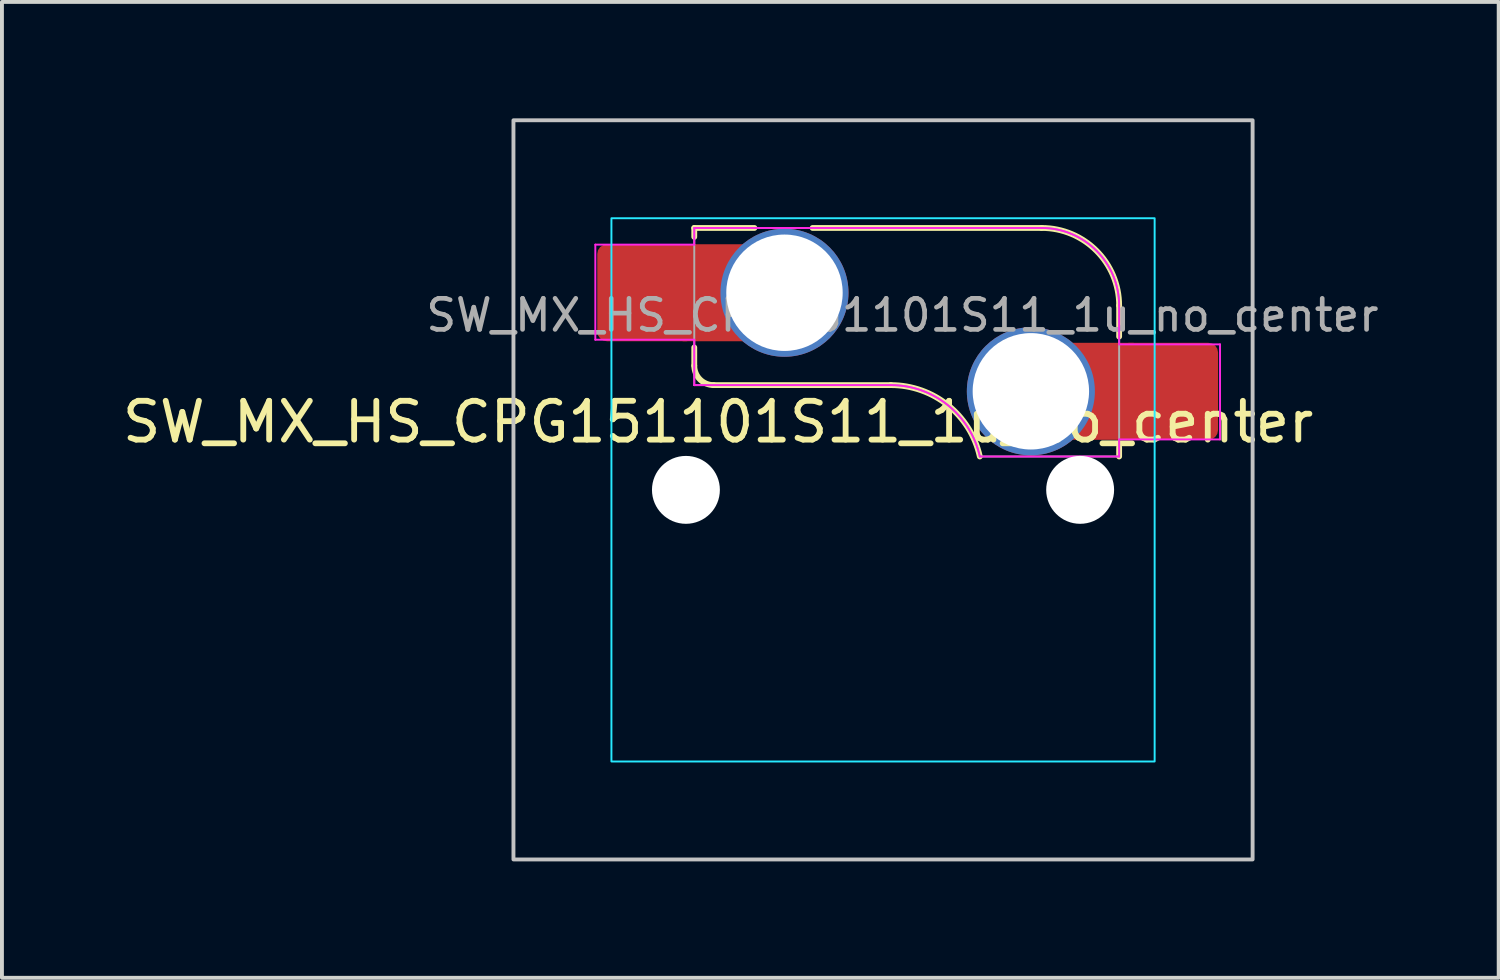
<source format=kicad_pcb>
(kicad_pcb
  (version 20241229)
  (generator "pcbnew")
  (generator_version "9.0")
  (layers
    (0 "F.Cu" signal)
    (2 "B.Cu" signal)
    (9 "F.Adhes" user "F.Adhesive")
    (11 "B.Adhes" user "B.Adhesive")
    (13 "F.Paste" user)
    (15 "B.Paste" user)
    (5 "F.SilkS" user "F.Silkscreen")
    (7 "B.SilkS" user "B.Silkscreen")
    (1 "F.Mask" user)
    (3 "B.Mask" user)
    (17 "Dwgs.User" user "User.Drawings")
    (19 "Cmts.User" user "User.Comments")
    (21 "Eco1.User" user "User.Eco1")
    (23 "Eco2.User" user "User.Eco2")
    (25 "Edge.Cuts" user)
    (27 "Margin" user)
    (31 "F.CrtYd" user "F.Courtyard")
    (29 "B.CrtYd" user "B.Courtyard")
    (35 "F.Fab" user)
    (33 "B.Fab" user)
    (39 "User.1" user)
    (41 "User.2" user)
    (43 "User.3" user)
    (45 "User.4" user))
  (footprint "SW_MX_HS_CPG151101S11_1u_no_center"
    (layer "F.Cu")
    (at 19.708 9.575)
    (property "Reference" "SW_MX_HS_CPG151101S11_1u_no_center" (at -4.25 -1.75 0) (layer "F.SilkS") (effects (font (size 1 1) (thickness 0.15))))
    (attr smd)
    (fp_line (start -4.865 -6.75) (end -4.865 -6.52) (stroke (width 0.15) (type solid)) (layer "F.SilkS"))
    (fp_line (start -4.865 -3.67) (end -4.865 -3.2) (stroke (width 0.15) (type solid)) (layer "F.SilkS"))
    (fp_line (start -4.365 -2.7) (end 0.2 -2.7) (stroke (width 0.15) (type solid)) (layer "F.SilkS"))
    (fp_line (start -3.315 -6.75) (end -4.865 -6.75) (stroke (width 0.15) (type solid)) (layer "F.SilkS"))
    (fp_line (start 4.085 -6.75) (end -1.815 -6.75) (stroke (width 0.15) (type solid)) (layer "F.SilkS"))
    (fp_line (start 6.085 -3.95) (end 6.085 -4.75) (stroke (width 0.15) (type solid)) (layer "F.SilkS"))
    (fp_line (start 6.085 -1.1) (end 6.085 -0.86) (stroke (width 0.15) (type solid)) (layer "F.SilkS"))
    (fp_arc (start -4.364824 -2.70022) (mid -4.718377 -2.846667) (end -4.864824 -3.20022) (stroke (width 0.15) (type solid)) (layer "F.SilkS"))
    (fp_arc (start 0.2 -2.70022) (mid 1.670693 -2.183637) (end 2.494322 -0.86022) (stroke (width 0.15) (type solid)) (layer "F.SilkS"))
    (fp_arc (start 4.085176 -6.75022) (mid 5.499389 -6.164434) (end 6.085176 -4.75022) (stroke (width 0.15) (type solid)) (layer "F.SilkS"))
    (fp_rect (start -9.525 -9.525) (end 9.525 9.525) (stroke (width 0.1) (type default)) (fill no) (layer "Dwgs.User"))
    (fp_line (start -7 -6.5) (end -7 6.5) (stroke (width 0.05) (type solid)) (layer "Eco2.User"))
    (fp_line (start -6.5 7) (end 6.5 7) (stroke (width 0.05) (type solid)) (layer "Eco2.User"))
    (fp_line (start 6.5 -7) (end -6.5 -7) (stroke (width 0.05) (type solid)) (layer "Eco2.User"))
    (fp_line (start 7 6.5) (end 7 -6.5) (stroke (width 0.05) (type solid)) (layer "Eco2.User"))
    (fp_arc (start -7 -6.5) (mid -6.853553 -6.853553) (end -6.5 -7) (stroke (width 0.05) (type solid)) (layer "Eco2.User"))
    (fp_arc (start -6.497236 6.998884) (mid -6.850789 6.852437) (end -6.997236 6.498884) (stroke (width 0.05) (type solid)) (layer "Eco2.User"))
    (fp_arc (start 6.5 -7) (mid 6.853553 -6.853553) (end 7 -6.5) (stroke (width 0.05) (type solid)) (layer "Eco2.User"))
    (fp_arc (start 7 6.5) (mid 6.853553 6.853553) (end 6.5 7) (stroke (width 0.05) (type solid)) (layer "Eco2.User"))
    (fp_rect (start -7 -7) (end 7 7) (stroke (width 0.05) (type default)) (fill no) (layer "B.CrtYd"))
    (fp_line (start -7.415 -6.32) (end -4.865 -6.32) (stroke (width 0.05) (type solid)) (layer "F.CrtYd"))
    (fp_line (start -7.415 -3.87) (end -7.415 -6.32) (stroke (width 0.05) (type solid)) (layer "F.CrtYd"))
    (fp_line (start -4.865 -6.75) (end -4.865 -6.32) (stroke (width 0.05) (type solid)) (layer "F.CrtYd"))
    (fp_line (start -4.865 -3.87) (end -7.415 -3.87) (stroke (width 0.05) (type solid)) (layer "F.CrtYd"))
    (fp_line (start -4.865 -3.87) (end -4.865 -2.7) (stroke (width 0.05) (type solid)) (layer "F.CrtYd"))
    (fp_line (start -4.865 -2.7) (end 0.2 -2.7) (stroke (width 0.05) (type solid)) (layer "F.CrtYd"))
    (fp_line (start 4.085 -6.75) (end -4.865 -6.75) (stroke (width 0.05) (type solid)) (layer "F.CrtYd"))
    (fp_line (start 6.085 -3.75) (end 6.085 -4.75) (stroke (width 0.05) (type solid)) (layer "F.CrtYd"))
    (fp_line (start 6.085 -3.75) (end 8.685 -3.75) (stroke (width 0.05) (type solid)) (layer "F.CrtYd"))
    (fp_line (start 6.085 -1.3) (end 6.085 -0.86) (stroke (width 0.05) (type solid)) (layer "F.CrtYd"))
    (fp_line (start 6.085 -0.86) (end 2.494 -0.86) (stroke (width 0.05) (type solid)) (layer "F.CrtYd"))
    (fp_line (start 8.685 -3.75) (end 8.685 -1.3) (stroke (width 0.05) (type solid)) (layer "F.CrtYd"))
    (fp_line (start 8.685 -1.3) (end 6.085 -1.3) (stroke (width 0.05) (type solid)) (layer "F.CrtYd"))
    (fp_arc (start 0.2 -2.70022) (mid 1.670502 -2.183399) (end 2.494322 -0.86022) (stroke (width 0.05) (type solid)) (layer "F.CrtYd"))
    (fp_arc (start 4.085176 -6.75022) (mid 5.499389 -6.164434) (end 6.085176 -4.75022) (stroke (width 0.05) (type solid)) (layer "F.CrtYd"))
    (fp_line (start -4.865 -6.75) (end -4.865 -2.7) (stroke (width 0.05) (type solid)) (layer "F.Fab"))
    (fp_line (start -4.865 -2.7) (end 0.2 -2.7) (stroke (width 0.05) (type solid)) (layer "F.Fab"))
    (fp_line (start 4.085 -6.75) (end -4.865 -6.75) (stroke (width 0.05) (type solid)) (layer "F.Fab"))
    (fp_line (start 6.085 -0.86) (end 2.494 -0.86) (stroke (width 0.05) (type solid)) (layer "F.Fab"))
    (fp_line (start 6.085 -0.86) (end 6.085 -4.75) (stroke (width 0.05) (type solid)) (layer "F.Fab"))
    (fp_arc (start 0.2 -2.70022) (mid 1.670502 -2.183399) (end 2.494322 -0.86022) (stroke (width 0.05) (type solid)) (layer "F.Fab"))
    (fp_arc (start 4.085176 -6.75022) (mid 5.499389 -6.164434) (end 6.085176 -4.75022) (stroke (width 0.05) (type solid)) (layer "F.Fab"))
    (fp_text user "${REFERENCE}" (at 0.5 -4.5 0) (layer "F.Fab") (effects (font (size 0.8 0.8) (thickness 0.12))))
    (pad "" np_thru_hole circle (at -5.08 0) (size 1.75 1.75) (drill 1.75) (layers "*.Cu" "*.Mask"))
    (pad "" np_thru_hole circle (at 5.08 0) (size 1.75 1.75) (drill 1.75) (layers "*.Cu" "*.Mask"))
    (pad "1" thru_hole circle (at 3.81 -2.54) (size 3.3 3.3) (drill 3) (layers "*.Cu" "*.Mask"))
    (pad "1" smd rect (at 5.635 -2.54 180) (size 1.65 2.5) (layers "F.Cu"))
    (pad "1" smd roundrect (at 7.36 -2.54) (size 2.55 2.5) (layers "F.Cu" "F.Mask" "F.Paste") (roundrect_rratio 0.1))
    (pad "2" smd roundrect (at -6.09 -5.08) (size 2.55 2.5) (layers "F.Cu" "F.Mask" "F.Paste") (roundrect_rratio 0.1))
    (pad "2" smd rect (at -4.34 -5.08) (size 1.65 2.5) (layers "F.Cu"))
    (pad "2" thru_hole circle (at -2.54 -5.08) (size 3.3 3.3) (drill 3) (layers "*.Cu" "*.Mask")))
  (gr_rect
    (start -3 -3)
    (end 35.575 22.15)
    (stroke (width 0.1) (type default))
    (fill no)
    (layer "Edge.Cuts")))
</source>
